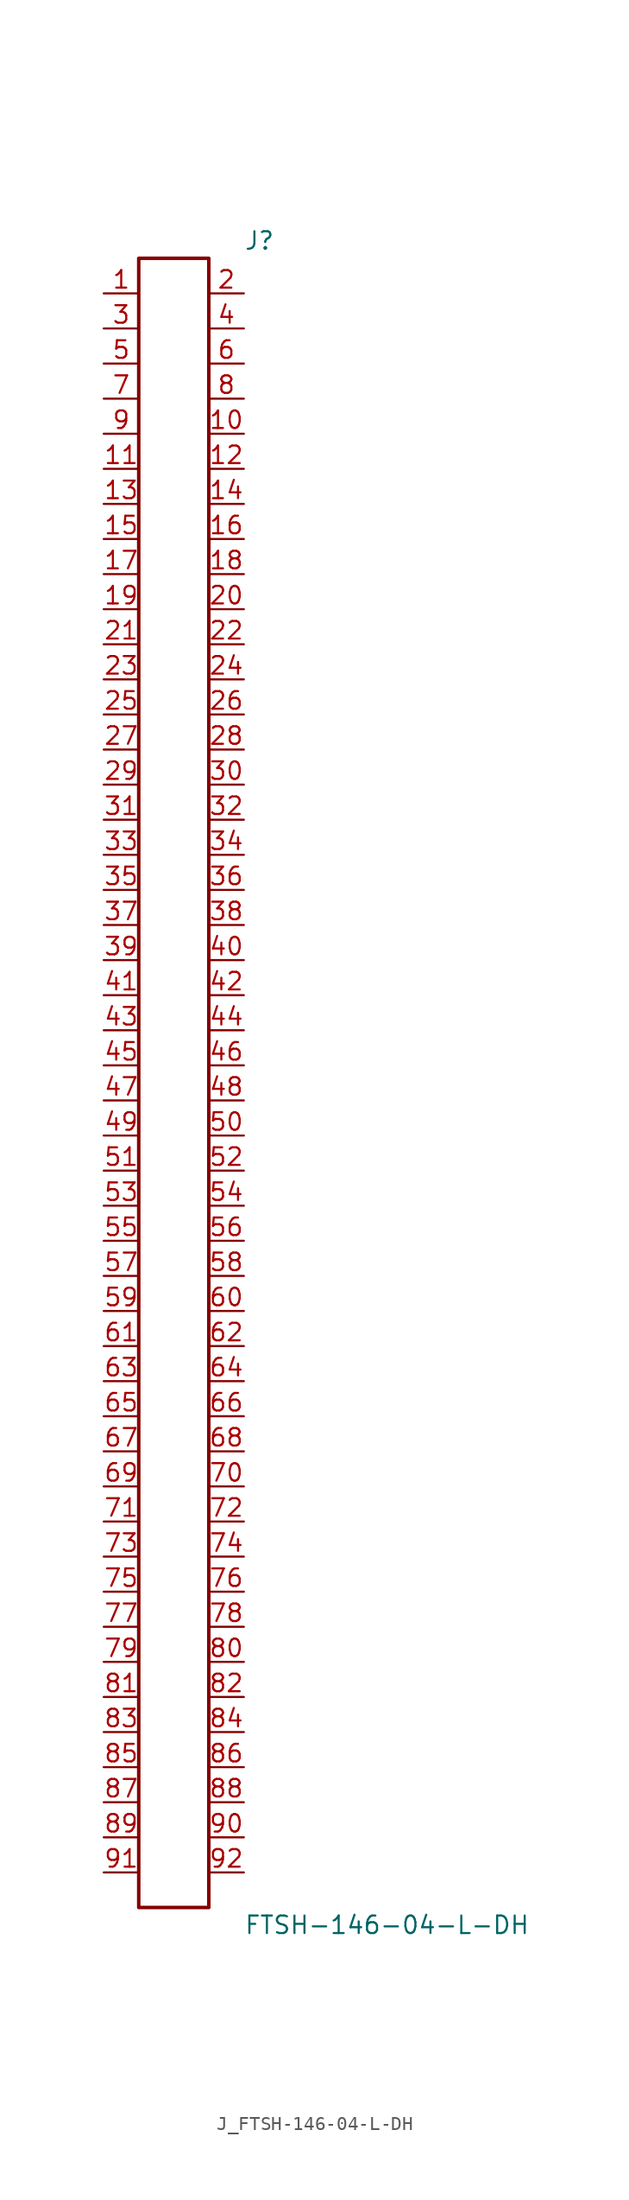
<source format=kicad_sym>
(kicad_symbol_lib
  (version 20231120)
  (generator kicad_symbol_editor)
  (generator_version 8.0)
  (symbol "J_FTSH-146-04-L-DH"
    (pin_names
      (offset 0.254))
    (property "Reference" "J"
      (at 5.08 60.96 0)
      (effects (font (size 1.27 1.27)) (justify left)))
    (property "Value" "FTSH-146-04-L-DH"
      (at 5.08 -60.96 0)
      (effects (font (size 1.27 1.27)) (justify left)))
    (symbol "J_FTSH-146-04-L-DH_0_0"
      (pin unspecified line (at -5.08 57.15 0) (length 2.54) (name "" (effects (font (size 1.27 1.27)))) (number "1" (effects (font (size 1.27 1.27)))))
      (pin unspecified line (at 5.08 57.15 180) (length 2.54) (name "" (effects (font (size 1.27 1.27)))) (number "2" (effects (font (size 1.27 1.27)))))
      (pin unspecified line (at -5.08 54.61 0) (length 2.54) (name "" (effects (font (size 1.27 1.27)))) (number "3" (effects (font (size 1.27 1.27)))))
      (pin unspecified line (at 5.08 54.61 180) (length 2.54) (name "" (effects (font (size 1.27 1.27)))) (number "4" (effects (font (size 1.27 1.27)))))
      (pin unspecified line (at -5.08 52.07 0) (length 2.54) (name "" (effects (font (size 1.27 1.27)))) (number "5" (effects (font (size 1.27 1.27)))))
      (pin unspecified line (at 5.08 52.07 180) (length 2.54) (name "" (effects (font (size 1.27 1.27)))) (number "6" (effects (font (size 1.27 1.27)))))
      (pin unspecified line (at -5.08 49.53 0) (length 2.54) (name "" (effects (font (size 1.27 1.27)))) (number "7" (effects (font (size 1.27 1.27)))))
      (pin unspecified line (at 5.08 49.53 180) (length 2.54) (name "" (effects (font (size 1.27 1.27)))) (number "8" (effects (font (size 1.27 1.27)))))
      (pin unspecified line (at -5.08 46.99 0) (length 2.54) (name "" (effects (font (size 1.27 1.27)))) (number "9" (effects (font (size 1.27 1.27)))))
      (pin unspecified line (at 5.08 46.99 180) (length 2.54) (name "" (effects (font (size 1.27 1.27)))) (number "10" (effects (font (size 1.27 1.27)))))
      (pin unspecified line (at -5.08 44.45 0) (length 2.54) (name "" (effects (font (size 1.27 1.27)))) (number "11" (effects (font (size 1.27 1.27)))))
      (pin unspecified line (at 5.08 44.45 180) (length 2.54) (name "" (effects (font (size 1.27 1.27)))) (number "12" (effects (font (size 1.27 1.27)))))
      (pin unspecified line (at -5.08 41.91 0) (length 2.54) (name "" (effects (font (size 1.27 1.27)))) (number "13" (effects (font (size 1.27 1.27)))))
      (pin unspecified line (at 5.08 41.91 180) (length 2.54) (name "" (effects (font (size 1.27 1.27)))) (number "14" (effects (font (size 1.27 1.27)))))
      (pin unspecified line (at -5.08 39.37 0) (length 2.54) (name "" (effects (font (size 1.27 1.27)))) (number "15" (effects (font (size 1.27 1.27)))))
      (pin unspecified line (at 5.08 39.37 180) (length 2.54) (name "" (effects (font (size 1.27 1.27)))) (number "16" (effects (font (size 1.27 1.27)))))
      (pin unspecified line (at -5.08 36.83 0) (length 2.54) (name "" (effects (font (size 1.27 1.27)))) (number "17" (effects (font (size 1.27 1.27)))))
      (pin unspecified line (at 5.08 36.83 180) (length 2.54) (name "" (effects (font (size 1.27 1.27)))) (number "18" (effects (font (size 1.27 1.27)))))
      (pin unspecified line (at -5.08 34.29 0) (length 2.54) (name "" (effects (font (size 1.27 1.27)))) (number "19" (effects (font (size 1.27 1.27)))))
      (pin unspecified line (at 5.08 34.29 180) (length 2.54) (name "" (effects (font (size 1.27 1.27)))) (number "20" (effects (font (size 1.27 1.27)))))
      (pin unspecified line (at -5.08 31.75 0) (length 2.54) (name "" (effects (font (size 1.27 1.27)))) (number "21" (effects (font (size 1.27 1.27)))))
      (pin unspecified line (at 5.08 31.75 180) (length 2.54) (name "" (effects (font (size 1.27 1.27)))) (number "22" (effects (font (size 1.27 1.27)))))
      (pin unspecified line (at -5.08 29.21 0) (length 2.54) (name "" (effects (font (size 1.27 1.27)))) (number "23" (effects (font (size 1.27 1.27)))))
      (pin unspecified line (at 5.08 29.21 180) (length 2.54) (name "" (effects (font (size 1.27 1.27)))) (number "24" (effects (font (size 1.27 1.27)))))
      (pin unspecified line (at -5.08 26.67 0) (length 2.54) (name "" (effects (font (size 1.27 1.27)))) (number "25" (effects (font (size 1.27 1.27)))))
      (pin unspecified line (at 5.08 26.67 180) (length 2.54) (name "" (effects (font (size 1.27 1.27)))) (number "26" (effects (font (size 1.27 1.27)))))
      (pin unspecified line (at -5.08 24.13 0) (length 2.54) (name "" (effects (font (size 1.27 1.27)))) (number "27" (effects (font (size 1.27 1.27)))))
      (pin unspecified line (at 5.08 24.13 180) (length 2.54) (name "" (effects (font (size 1.27 1.27)))) (number "28" (effects (font (size 1.27 1.27)))))
      (pin unspecified line (at -5.08 21.59 0) (length 2.54) (name "" (effects (font (size 1.27 1.27)))) (number "29" (effects (font (size 1.27 1.27)))))
      (pin unspecified line (at 5.08 21.59 180) (length 2.54) (name "" (effects (font (size 1.27 1.27)))) (number "30" (effects (font (size 1.27 1.27)))))
      (pin unspecified line (at -5.08 19.05 0) (length 2.54) (name "" (effects (font (size 1.27 1.27)))) (number "31" (effects (font (size 1.27 1.27)))))
      (pin unspecified line (at 5.08 19.05 180) (length 2.54) (name "" (effects (font (size 1.27 1.27)))) (number "32" (effects (font (size 1.27 1.27)))))
      (pin unspecified line (at -5.08 16.51 0) (length 2.54) (name "" (effects (font (size 1.27 1.27)))) (number "33" (effects (font (size 1.27 1.27)))))
      (pin unspecified line (at 5.08 16.51 180) (length 2.54) (name "" (effects (font (size 1.27 1.27)))) (number "34" (effects (font (size 1.27 1.27)))))
      (pin unspecified line (at -5.08 13.97 0) (length 2.54) (name "" (effects (font (size 1.27 1.27)))) (number "35" (effects (font (size 1.27 1.27)))))
      (pin unspecified line (at 5.08 13.97 180) (length 2.54) (name "" (effects (font (size 1.27 1.27)))) (number "36" (effects (font (size 1.27 1.27)))))
      (pin unspecified line (at -5.08 11.43 0) (length 2.54) (name "" (effects (font (size 1.27 1.27)))) (number "37" (effects (font (size 1.27 1.27)))))
      (pin unspecified line (at 5.08 11.43 180) (length 2.54) (name "" (effects (font (size 1.27 1.27)))) (number "38" (effects (font (size 1.27 1.27)))))
      (pin unspecified line (at -5.08 8.89 0) (length 2.54) (name "" (effects (font (size 1.27 1.27)))) (number "39" (effects (font (size 1.27 1.27)))))
      (pin unspecified line (at 5.08 8.89 180) (length 2.54) (name "" (effects (font (size 1.27 1.27)))) (number "40" (effects (font (size 1.27 1.27)))))
      (pin unspecified line (at -5.08 6.35 0) (length 2.54) (name "" (effects (font (size 1.27 1.27)))) (number "41" (effects (font (size 1.27 1.27)))))
      (pin unspecified line (at 5.08 6.35 180) (length 2.54) (name "" (effects (font (size 1.27 1.27)))) (number "42" (effects (font (size 1.27 1.27)))))
      (pin unspecified line (at -5.08 3.81 0) (length 2.54) (name "" (effects (font (size 1.27 1.27)))) (number "43" (effects (font (size 1.27 1.27)))))
      (pin unspecified line (at 5.08 3.81 180) (length 2.54) (name "" (effects (font (size 1.27 1.27)))) (number "44" (effects (font (size 1.27 1.27)))))
      (pin unspecified line (at -5.08 1.27 0) (length 2.54) (name "" (effects (font (size 1.27 1.27)))) (number "45" (effects (font (size 1.27 1.27)))))
      (pin unspecified line (at 5.08 1.27 180) (length 2.54) (name "" (effects (font (size 1.27 1.27)))) (number "46" (effects (font (size 1.27 1.27)))))
      (pin unspecified line (at -5.08 -1.27 0) (length 2.54) (name "" (effects (font (size 1.27 1.27)))) (number "47" (effects (font (size 1.27 1.27)))))
      (pin unspecified line (at 5.08 -1.27 180) (length 2.54) (name "" (effects (font (size 1.27 1.27)))) (number "48" (effects (font (size 1.27 1.27)))))
      (pin unspecified line (at -5.08 -3.81 0) (length 2.54) (name "" (effects (font (size 1.27 1.27)))) (number "49" (effects (font (size 1.27 1.27)))))
      (pin unspecified line (at 5.08 -3.81 180) (length 2.54) (name "" (effects (font (size 1.27 1.27)))) (number "50" (effects (font (size 1.27 1.27)))))
      (pin unspecified line (at -5.08 -6.35 0) (length 2.54) (name "" (effects (font (size 1.27 1.27)))) (number "51" (effects (font (size 1.27 1.27)))))
      (pin unspecified line (at 5.08 -6.35 180) (length 2.54) (name "" (effects (font (size 1.27 1.27)))) (number "52" (effects (font (size 1.27 1.27)))))
      (pin unspecified line (at -5.08 -8.89 0) (length 2.54) (name "" (effects (font (size 1.27 1.27)))) (number "53" (effects (font (size 1.27 1.27)))))
      (pin unspecified line (at 5.08 -8.89 180) (length 2.54) (name "" (effects (font (size 1.27 1.27)))) (number "54" (effects (font (size 1.27 1.27)))))
      (pin unspecified line (at -5.08 -11.43 0) (length 2.54) (name "" (effects (font (size 1.27 1.27)))) (number "55" (effects (font (size 1.27 1.27)))))
      (pin unspecified line (at 5.08 -11.43 180) (length 2.54) (name "" (effects (font (size 1.27 1.27)))) (number "56" (effects (font (size 1.27 1.27)))))
      (pin unspecified line (at -5.08 -13.97 0) (length 2.54) (name "" (effects (font (size 1.27 1.27)))) (number "57" (effects (font (size 1.27 1.27)))))
      (pin unspecified line (at 5.08 -13.97 180) (length 2.54) (name "" (effects (font (size 1.27 1.27)))) (number "58" (effects (font (size 1.27 1.27)))))
      (pin unspecified line (at -5.08 -16.51 0) (length 2.54) (name "" (effects (font (size 1.27 1.27)))) (number "59" (effects (font (size 1.27 1.27)))))
      (pin unspecified line (at 5.08 -16.51 180) (length 2.54) (name "" (effects (font (size 1.27 1.27)))) (number "60" (effects (font (size 1.27 1.27)))))
      (pin unspecified line (at -5.08 -19.05 0) (length 2.54) (name "" (effects (font (size 1.27 1.27)))) (number "61" (effects (font (size 1.27 1.27)))))
      (pin unspecified line (at 5.08 -19.05 180) (length 2.54) (name "" (effects (font (size 1.27 1.27)))) (number "62" (effects (font (size 1.27 1.27)))))
      (pin unspecified line (at -5.08 -21.59 0) (length 2.54) (name "" (effects (font (size 1.27 1.27)))) (number "63" (effects (font (size 1.27 1.27)))))
      (pin unspecified line (at 5.08 -21.59 180) (length 2.54) (name "" (effects (font (size 1.27 1.27)))) (number "64" (effects (font (size 1.27 1.27)))))
      (pin unspecified line (at -5.08 -24.13 0) (length 2.54) (name "" (effects (font (size 1.27 1.27)))) (number "65" (effects (font (size 1.27 1.27)))))
      (pin unspecified line (at 5.08 -24.13 180) (length 2.54) (name "" (effects (font (size 1.27 1.27)))) (number "66" (effects (font (size 1.27 1.27)))))
      (pin unspecified line (at -5.08 -26.67 0) (length 2.54) (name "" (effects (font (size 1.27 1.27)))) (number "67" (effects (font (size 1.27 1.27)))))
      (pin unspecified line (at 5.08 -26.67 180) (length 2.54) (name "" (effects (font (size 1.27 1.27)))) (number "68" (effects (font (size 1.27 1.27)))))
      (pin unspecified line (at -5.08 -29.21 0) (length 2.54) (name "" (effects (font (size 1.27 1.27)))) (number "69" (effects (font (size 1.27 1.27)))))
      (pin unspecified line (at 5.08 -29.21 180) (length 2.54) (name "" (effects (font (size 1.27 1.27)))) (number "70" (effects (font (size 1.27 1.27)))))
      (pin unspecified line (at -5.08 -31.75 0) (length 2.54) (name "" (effects (font (size 1.27 1.27)))) (number "71" (effects (font (size 1.27 1.27)))))
      (pin unspecified line (at 5.08 -31.75 180) (length 2.54) (name "" (effects (font (size 1.27 1.27)))) (number "72" (effects (font (size 1.27 1.27)))))
      (pin unspecified line (at -5.08 -34.29 0) (length 2.54) (name "" (effects (font (size 1.27 1.27)))) (number "73" (effects (font (size 1.27 1.27)))))
      (pin unspecified line (at 5.08 -34.29 180) (length 2.54) (name "" (effects (font (size 1.27 1.27)))) (number "74" (effects (font (size 1.27 1.27)))))
      (pin unspecified line (at -5.08 -36.83 0) (length 2.54) (name "" (effects (font (size 1.27 1.27)))) (number "75" (effects (font (size 1.27 1.27)))))
      (pin unspecified line (at 5.08 -36.83 180) (length 2.54) (name "" (effects (font (size 1.27 1.27)))) (number "76" (effects (font (size 1.27 1.27)))))
      (pin unspecified line (at -5.08 -39.37 0) (length 2.54) (name "" (effects (font (size 1.27 1.27)))) (number "77" (effects (font (size 1.27 1.27)))))
      (pin unspecified line (at 5.08 -39.37 180) (length 2.54) (name "" (effects (font (size 1.27 1.27)))) (number "78" (effects (font (size 1.27 1.27)))))
      (pin unspecified line (at -5.08 -41.91 0) (length 2.54) (name "" (effects (font (size 1.27 1.27)))) (number "79" (effects (font (size 1.27 1.27)))))
      (pin unspecified line (at 5.08 -41.91 180) (length 2.54) (name "" (effects (font (size 1.27 1.27)))) (number "80" (effects (font (size 1.27 1.27)))))
      (pin unspecified line (at -5.08 -44.45 0) (length 2.54) (name "" (effects (font (size 1.27 1.27)))) (number "81" (effects (font (size 1.27 1.27)))))
      (pin unspecified line (at 5.08 -44.45 180) (length 2.54) (name "" (effects (font (size 1.27 1.27)))) (number "82" (effects (font (size 1.27 1.27)))))
      (pin unspecified line (at -5.08 -46.99 0) (length 2.54) (name "" (effects (font (size 1.27 1.27)))) (number "83" (effects (font (size 1.27 1.27)))))
      (pin unspecified line (at 5.08 -46.99 180) (length 2.54) (name "" (effects (font (size 1.27 1.27)))) (number "84" (effects (font (size 1.27 1.27)))))
      (pin unspecified line (at -5.08 -49.53 0) (length 2.54) (name "" (effects (font (size 1.27 1.27)))) (number "85" (effects (font (size 1.27 1.27)))))
      (pin unspecified line (at 5.08 -49.53 180) (length 2.54) (name "" (effects (font (size 1.27 1.27)))) (number "86" (effects (font (size 1.27 1.27)))))
      (pin unspecified line (at -5.08 -52.07 0) (length 2.54) (name "" (effects (font (size 1.27 1.27)))) (number "87" (effects (font (size 1.27 1.27)))))
      (pin unspecified line (at 5.08 -52.07 180) (length 2.54) (name "" (effects (font (size 1.27 1.27)))) (number "88" (effects (font (size 1.27 1.27)))))
      (pin unspecified line (at -5.08 -54.61 0) (length 2.54) (name "" (effects (font (size 1.27 1.27)))) (number "89" (effects (font (size 1.27 1.27)))))
      (pin unspecified line (at 5.08 -54.61 180) (length 2.54) (name "" (effects (font (size 1.27 1.27)))) (number "90" (effects (font (size 1.27 1.27)))))
      (pin unspecified line (at -5.08 -57.15 0) (length 2.54) (name "" (effects (font (size 1.27 1.27)))) (number "91" (effects (font (size 1.27 1.27)))))
      (pin unspecified line (at 5.08 -57.15 180) (length 2.54) (name "" (effects (font (size 1.27 1.27)))) (number "92" (effects (font (size 1.27 1.27))))))
    (symbol "J_FTSH-146-04-L-DH_1_0"
      (rectangle (start -2.54 59.69) (end 2.54 -59.69) (stroke (width 0.254) (type solid)) (fill (type none))))))
</source>
